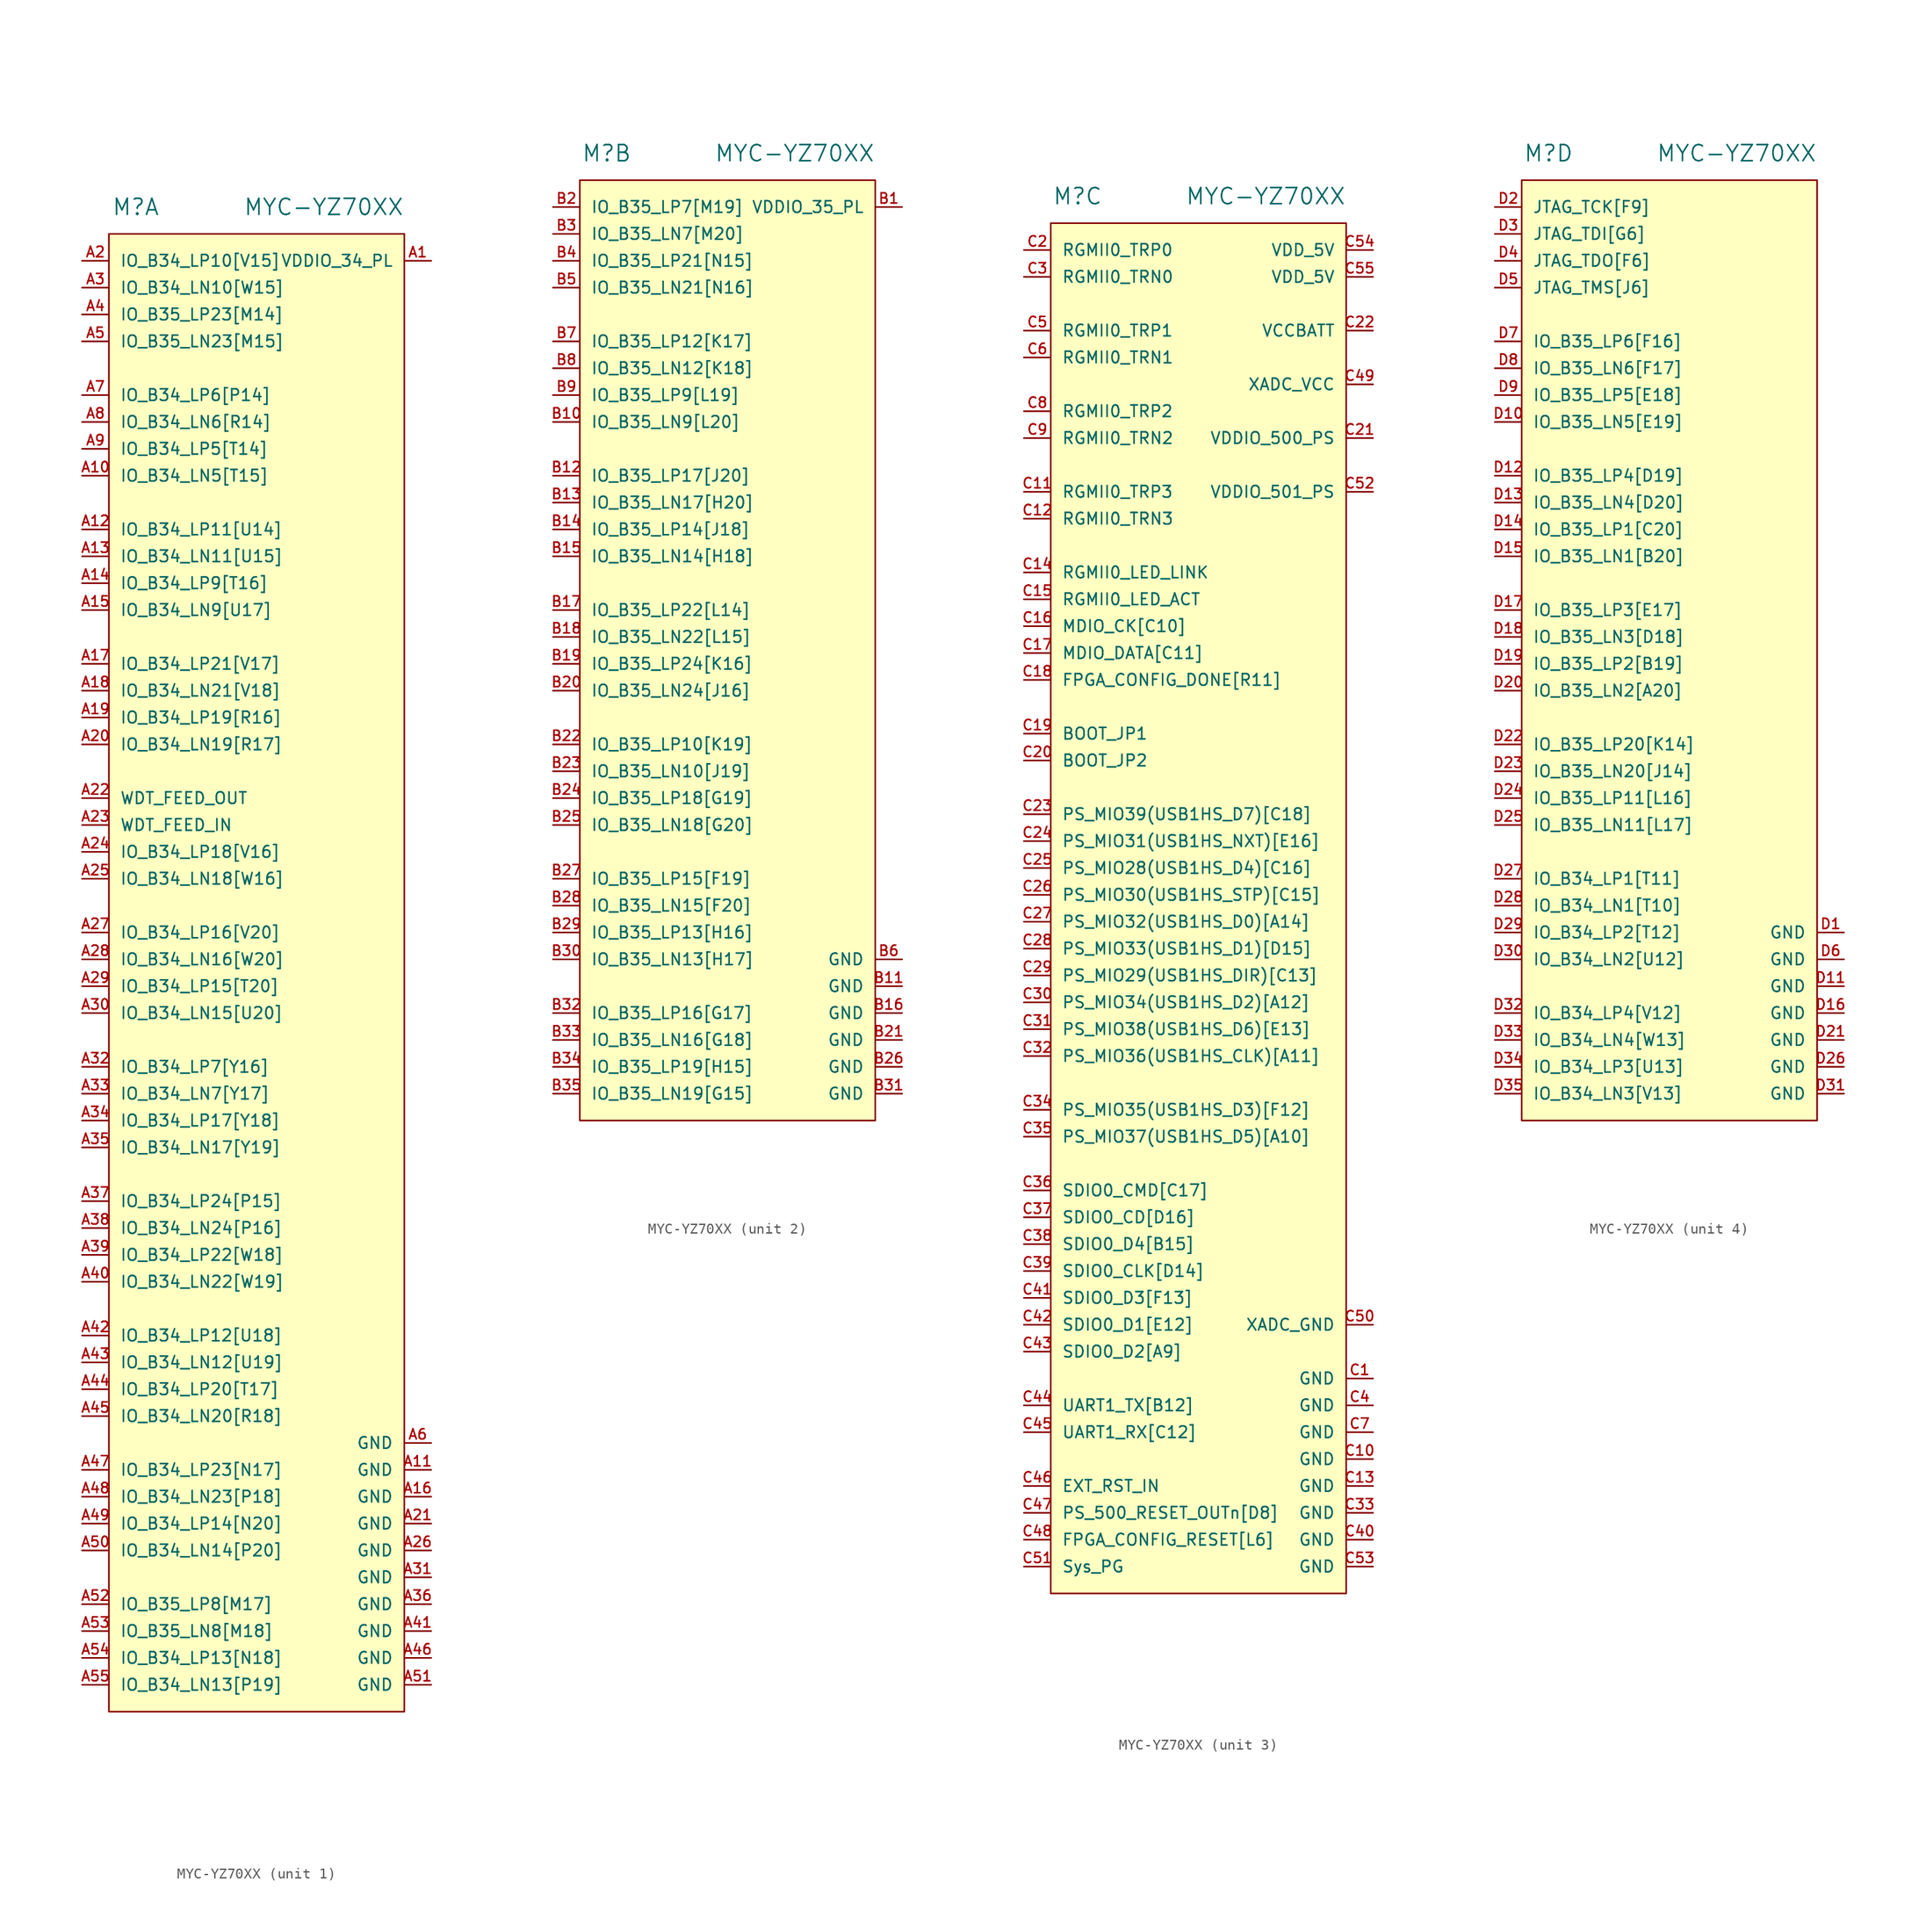
<source format=kicad_sym>
(kicad_symbol_lib
  (version 20231120)
  (generator "kicad_symbol_editor")
  (generator_version "8.0")
  (symbol "MYC-YZ70XX"
    (pin_names
      (offset 1.016))
    (property "Reference" "M"
      (at -5.08 68.58 0)
      (effects (font (size 1.524 1.524))))
    (property "Value" "MYC-YZ70XX"
      (at 12.7 68.58 0)
      (effects (font (size 1.524 1.524))))
    (property "ki_locked" ""
      (at 0 0 0)
      (effects (font (size 1.27 1.27))))
    (symbol "MYC-YZ70XX_1_1"
      (rectangle (start -7.62 -73.66) (end 20.32 66.04) (stroke (width 0) (type solid)) (fill (type background)))
      (pin power_in line (at 22.86 63.5 180) (length 2.54) (name "VDDIO_34_PL" (effects (font (size 1.092 1.092)))) (number "A1" (effects (font (size 0.965 0.965)))))
      (pin bidirectional line (at -10.16 43.18 0) (length 2.54) (name "IO_B34_LN5[T15]" (effects (font (size 1.092 1.092)))) (number "A10" (effects (font (size 0.965 0.965)))))
      (pin power_in line (at 22.86 -50.8 180) (length 2.54) (name "GND" (effects (font (size 1.092 1.092)))) (number "A11" (effects (font (size 0.965 0.965)))))
      (pin bidirectional line (at -10.16 38.1 0) (length 2.54) (name "IO_B34_LP11[U14]" (effects (font (size 1.092 1.092)))) (number "A12" (effects (font (size 0.965 0.965)))))
      (pin bidirectional line (at -10.16 35.56 0) (length 2.54) (name "IO_B34_LN11[U15]" (effects (font (size 1.092 1.092)))) (number "A13" (effects (font (size 0.965 0.965)))))
      (pin bidirectional line (at -10.16 33.02 0) (length 2.54) (name "IO_B34_LP9[T16]" (effects (font (size 1.092 1.092)))) (number "A14" (effects (font (size 0.965 0.965)))))
      (pin bidirectional line (at -10.16 30.48 0) (length 2.54) (name "IO_B34_LN9[U17]" (effects (font (size 1.092 1.092)))) (number "A15" (effects (font (size 0.965 0.965)))))
      (pin power_in line (at 22.86 -53.34 180) (length 2.54) (name "GND" (effects (font (size 1.092 1.092)))) (number "A16" (effects (font (size 0.965 0.965)))))
      (pin bidirectional line (at -10.16 25.4 0) (length 2.54) (name "IO_B34_LP21[V17]" (effects (font (size 1.092 1.092)))) (number "A17" (effects (font (size 0.965 0.965)))))
      (pin bidirectional line (at -10.16 22.86 0) (length 2.54) (name "IO_B34_LN21[V18]" (effects (font (size 1.092 1.092)))) (number "A18" (effects (font (size 0.965 0.965)))))
      (pin bidirectional line (at -10.16 20.32 0) (length 2.54) (name "IO_B34_LP19[R16]" (effects (font (size 1.092 1.092)))) (number "A19" (effects (font (size 0.965 0.965)))))
      (pin bidirectional line (at -10.16 63.5 0) (length 2.54) (name "IO_B34_LP10[V15]" (effects (font (size 1.092 1.092)))) (number "A2" (effects (font (size 0.991 0.991)))))
      (pin bidirectional line (at -10.16 17.78 0) (length 2.54) (name "IO_B34_LN19[R17]" (effects (font (size 1.092 1.092)))) (number "A20" (effects (font (size 0.965 0.965)))))
      (pin power_in line (at 22.86 -55.88 180) (length 2.54) (name "GND" (effects (font (size 1.092 1.092)))) (number "A21" (effects (font (size 0.965 0.965)))))
      (pin bidirectional line (at -10.16 12.7 0) (length 2.54) (name "WDT_FEED_OUT" (effects (font (size 1.092 1.092)))) (number "A22" (effects (font (size 0.965 0.965)))))
      (pin bidirectional line (at -10.16 10.16 0) (length 2.54) (name "WDT_FEED_IN" (effects (font (size 1.092 1.092)))) (number "A23" (effects (font (size 0.965 0.965)))))
      (pin bidirectional line (at -10.16 7.62 0) (length 2.54) (name "IO_B34_LP18[V16]" (effects (font (size 1.092 1.092)))) (number "A24" (effects (font (size 0.965 0.965)))))
      (pin bidirectional line (at -10.16 5.08 0) (length 2.54) (name "IO_B34_LN18[W16]" (effects (font (size 1.092 1.092)))) (number "A25" (effects (font (size 0.965 0.965)))))
      (pin power_in line (at 22.86 -58.42 180) (length 2.54) (name "GND" (effects (font (size 1.092 1.092)))) (number "A26" (effects (font (size 0.965 0.965)))))
      (pin bidirectional line (at -10.16 0 0) (length 2.54) (name "IO_B34_LP16[V20]" (effects (font (size 1.092 1.092)))) (number "A27" (effects (font (size 0.965 0.965)))))
      (pin bidirectional line (at -10.16 -2.54 0) (length 2.54) (name "IO_B34_LN16[W20]" (effects (font (size 1.092 1.092)))) (number "A28" (effects (font (size 0.965 0.965)))))
      (pin bidirectional line (at -10.16 -5.08 0) (length 2.54) (name "IO_B34_LP15[T20]" (effects (font (size 1.092 1.092)))) (number "A29" (effects (font (size 0.965 0.965)))))
      (pin bidirectional line (at -10.16 60.96 0) (length 2.54) (name "IO_B34_LN10[W15]" (effects (font (size 1.092 1.092)))) (number "A3" (effects (font (size 0.965 0.965)))))
      (pin bidirectional line (at -10.16 -7.62 0) (length 2.54) (name "IO_B34_LN15[U20]" (effects (font (size 1.092 1.092)))) (number "A30" (effects (font (size 0.965 0.965)))))
      (pin power_in line (at 22.86 -60.96 180) (length 2.54) (name "GND" (effects (font (size 1.092 1.092)))) (number "A31" (effects (font (size 0.965 0.965)))))
      (pin bidirectional line (at -10.16 -12.7 0) (length 2.54) (name "IO_B34_LP7[Y16]" (effects (font (size 1.092 1.092)))) (number "A32" (effects (font (size 0.965 0.965)))))
      (pin bidirectional line (at -10.16 -15.24 0) (length 2.54) (name "IO_B34_LN7[Y17]" (effects (font (size 1.092 1.092)))) (number "A33" (effects (font (size 0.965 0.965)))))
      (pin bidirectional line (at -10.16 -17.78 0) (length 2.54) (name "IO_B34_LP17[Y18]" (effects (font (size 1.092 1.092)))) (number "A34" (effects (font (size 0.965 0.965)))))
      (pin bidirectional line (at -10.16 -20.32 0) (length 2.54) (name "IO_B34_LN17[Y19]" (effects (font (size 1.092 1.092)))) (number "A35" (effects (font (size 0.965 0.965)))))
      (pin power_in line (at 22.86 -63.5 180) (length 2.54) (name "GND" (effects (font (size 1.092 1.092)))) (number "A36" (effects (font (size 0.965 0.965)))))
      (pin bidirectional line (at -10.16 -25.4 0) (length 2.54) (name "IO_B34_LP24[P15]" (effects (font (size 1.092 1.092)))) (number "A37" (effects (font (size 0.965 0.965)))))
      (pin bidirectional line (at -10.16 -27.94 0) (length 2.54) (name "IO_B34_LN24[P16]" (effects (font (size 1.092 1.092)))) (number "A38" (effects (font (size 0.965 0.965)))))
      (pin bidirectional line (at -10.16 -30.48 0) (length 2.54) (name "IO_B34_LP22[W18]" (effects (font (size 1.092 1.092)))) (number "A39" (effects (font (size 0.965 0.965)))))
      (pin bidirectional line (at -10.16 58.42 0) (length 2.54) (name "IO_B35_LP23[M14]" (effects (font (size 1.092 1.092)))) (number "A4" (effects (font (size 0.965 0.965)))))
      (pin bidirectional line (at -10.16 -33.02 0) (length 2.54) (name "IO_B34_LN22[W19]" (effects (font (size 1.092 1.092)))) (number "A40" (effects (font (size 0.965 0.965)))))
      (pin power_in line (at 22.86 -66.04 180) (length 2.54) (name "GND" (effects (font (size 1.092 1.092)))) (number "A41" (effects (font (size 0.965 0.965)))))
      (pin bidirectional line (at -10.16 -38.1 0) (length 2.54) (name "IO_B34_LP12[U18]" (effects (font (size 1.092 1.092)))) (number "A42" (effects (font (size 0.965 0.965)))))
      (pin bidirectional line (at -10.16 -40.64 0) (length 2.54) (name "IO_B34_LN12[U19]" (effects (font (size 1.092 1.092)))) (number "A43" (effects (font (size 0.965 0.965)))))
      (pin bidirectional line (at -10.16 -43.18 0) (length 2.54) (name "IO_B34_LP20[T17]" (effects (font (size 1.092 1.092)))) (number "A44" (effects (font (size 0.965 0.965)))))
      (pin bidirectional line (at -10.16 -45.72 0) (length 2.54) (name "IO_B34_LN20[R18]" (effects (font (size 1.092 1.092)))) (number "A45" (effects (font (size 0.965 0.965)))))
      (pin power_in line (at 22.86 -68.58 180) (length 2.54) (name "GND" (effects (font (size 1.092 1.092)))) (number "A46" (effects (font (size 0.965 0.965)))))
      (pin bidirectional line (at -10.16 -50.8 0) (length 2.54) (name "IO_B34_LP23[N17]" (effects (font (size 1.092 1.092)))) (number "A47" (effects (font (size 0.965 0.965)))))
      (pin bidirectional line (at -10.16 -53.34 0) (length 2.54) (name "IO_B34_LN23[P18]" (effects (font (size 1.092 1.092)))) (number "A48" (effects (font (size 0.965 0.965)))))
      (pin bidirectional line (at -10.16 -55.88 0) (length 2.54) (name "IO_B34_LP14[N20]" (effects (font (size 1.092 1.092)))) (number "A49" (effects (font (size 0.965 0.965)))))
      (pin bidirectional line (at -10.16 55.88 0) (length 2.54) (name "IO_B35_LN23[M15]" (effects (font (size 1.092 1.092)))) (number "A5" (effects (font (size 0.965 0.965)))))
      (pin bidirectional line (at -10.16 -58.42 0) (length 2.54) (name "IO_B34_LN14[P20]" (effects (font (size 1.092 1.092)))) (number "A50" (effects (font (size 0.965 0.965)))))
      (pin power_in line (at 22.86 -71.12 180) (length 2.54) (name "GND" (effects (font (size 1.092 1.092)))) (number "A51" (effects (font (size 0.965 0.965)))))
      (pin bidirectional line (at -10.16 -63.5 0) (length 2.54) (name "IO_B35_LP8[M17]" (effects (font (size 1.092 1.092)))) (number "A52" (effects (font (size 0.965 0.965)))))
      (pin bidirectional line (at -10.16 -66.04 0) (length 2.54) (name "IO_B35_LN8[M18]" (effects (font (size 1.092 1.092)))) (number "A53" (effects (font (size 0.965 0.965)))))
      (pin bidirectional line (at -10.16 -68.58 0) (length 2.54) (name "IO_B34_LP13[N18]" (effects (font (size 1.092 1.092)))) (number "A54" (effects (font (size 0.965 0.965)))))
      (pin bidirectional line (at -10.16 -71.12 0) (length 2.54) (name "IO_B34_LN13[P19]" (effects (font (size 1.092 1.092)))) (number "A55" (effects (font (size 0.965 0.965)))))
      (pin power_in line (at 22.86 -48.26 180) (length 2.54) (name "GND" (effects (font (size 1.092 1.092)))) (number "A6" (effects (font (size 0.965 0.965)))))
      (pin bidirectional line (at -10.16 50.8 0) (length 2.54) (name "IO_B34_LP6[P14]" (effects (font (size 1.092 1.092)))) (number "A7" (effects (font (size 0.965 0.965)))))
      (pin bidirectional line (at -10.16 48.26 0) (length 2.54) (name "IO_B34_LN6[R14]" (effects (font (size 1.092 1.092)))) (number "A8" (effects (font (size 0.965 0.965)))))
      (pin bidirectional line (at -10.16 45.72 0) (length 2.54) (name "IO_B34_LP5[T14]" (effects (font (size 1.092 1.092)))) (number "A9" (effects (font (size 0.965 0.965))))))
    (symbol "MYC-YZ70XX_2_1"
      (rectangle (start -7.62 66.04) (end 20.32 -22.86) (stroke (width 0) (type solid)) (fill (type background)))
      (pin power_in line (at 22.86 63.5 180) (length 2.54) (name "VDDIO_35_PL" (effects (font (size 1.092 1.092)))) (number "B1" (effects (font (size 0.965 0.965)))))
      (pin bidirectional line (at -10.16 43.18 0) (length 2.54) (name "IO_B35_LN9[L20]" (effects (font (size 1.092 1.092)))) (number "B10" (effects (font (size 0.965 0.965)))))
      (pin power_in line (at 22.86 -10.16 180) (length 2.54) (name "GND" (effects (font (size 1.092 1.092)))) (number "B11" (effects (font (size 0.965 0.965)))))
      (pin bidirectional line (at -10.16 38.1 0) (length 2.54) (name "IO_B35_LP17[J20]" (effects (font (size 1.092 1.092)))) (number "B12" (effects (font (size 0.965 0.965)))))
      (pin bidirectional line (at -10.16 35.56 0) (length 2.54) (name "IO_B35_LN17[H20]" (effects (font (size 1.092 1.092)))) (number "B13" (effects (font (size 0.965 0.965)))))
      (pin bidirectional line (at -10.16 33.02 0) (length 2.54) (name "IO_B35_LP14[J18]" (effects (font (size 1.092 1.092)))) (number "B14" (effects (font (size 0.965 0.965)))))
      (pin bidirectional line (at -10.16 30.48 0) (length 2.54) (name "IO_B35_LN14[H18]" (effects (font (size 1.092 1.092)))) (number "B15" (effects (font (size 0.965 0.965)))))
      (pin power_in line (at 22.86 -12.7 180) (length 2.54) (name "GND" (effects (font (size 1.092 1.092)))) (number "B16" (effects (font (size 0.965 0.965)))))
      (pin bidirectional line (at -10.16 25.4 0) (length 2.54) (name "IO_B35_LP22[L14]" (effects (font (size 1.092 1.092)))) (number "B17" (effects (font (size 0.965 0.965)))))
      (pin bidirectional line (at -10.16 22.86 0) (length 2.54) (name "IO_B35_LN22[L15]" (effects (font (size 1.092 1.092)))) (number "B18" (effects (font (size 0.965 0.965)))))
      (pin bidirectional line (at -10.16 20.32 0) (length 2.54) (name "IO_B35_LP24[K16]" (effects (font (size 1.092 1.092)))) (number "B19" (effects (font (size 0.965 0.965)))))
      (pin bidirectional line (at -10.16 63.5 0) (length 2.54) (name "IO_B35_LP7[M19]" (effects (font (size 1.092 1.092)))) (number "B2" (effects (font (size 0.965 0.965)))))
      (pin bidirectional line (at -10.16 17.78 0) (length 2.54) (name "IO_B35_LN24[J16]" (effects (font (size 1.092 1.092)))) (number "B20" (effects (font (size 0.965 0.965)))))
      (pin power_in line (at 22.86 -15.24 180) (length 2.54) (name "GND" (effects (font (size 1.092 1.092)))) (number "B21" (effects (font (size 0.965 0.965)))))
      (pin bidirectional line (at -10.16 12.7 0) (length 2.54) (name "IO_B35_LP10[K19]" (effects (font (size 1.092 1.092)))) (number "B22" (effects (font (size 0.965 0.965)))))
      (pin bidirectional line (at -10.16 10.16 0) (length 2.54) (name "IO_B35_LN10[J19]" (effects (font (size 1.092 1.092)))) (number "B23" (effects (font (size 0.965 0.965)))))
      (pin bidirectional line (at -10.16 7.62 0) (length 2.54) (name "IO_B35_LP18[G19]" (effects (font (size 1.092 1.092)))) (number "B24" (effects (font (size 0.965 0.965)))))
      (pin bidirectional line (at -10.16 5.08 0) (length 2.54) (name "IO_B35_LN18[G20]" (effects (font (size 1.092 1.092)))) (number "B25" (effects (font (size 0.965 0.965)))))
      (pin power_in line (at 22.86 -17.78 180) (length 2.54) (name "GND" (effects (font (size 1.092 1.092)))) (number "B26" (effects (font (size 0.965 0.965)))))
      (pin bidirectional line (at -10.16 0 0) (length 2.54) (name "IO_B35_LP15[F19]" (effects (font (size 1.092 1.092)))) (number "B27" (effects (font (size 0.965 0.965)))))
      (pin bidirectional line (at -10.16 -2.54 0) (length 2.54) (name "IO_B35_LN15[F20]" (effects (font (size 1.092 1.092)))) (number "B28" (effects (font (size 0.965 0.965)))))
      (pin bidirectional line (at -10.16 -5.08 0) (length 2.54) (name "IO_B35_LP13[H16]" (effects (font (size 1.092 1.092)))) (number "B29" (effects (font (size 0.965 0.965)))))
      (pin bidirectional line (at -10.16 60.96 0) (length 2.54) (name "IO_B35_LN7[M20]" (effects (font (size 1.092 1.092)))) (number "B3" (effects (font (size 0.965 0.965)))))
      (pin bidirectional line (at -10.16 -7.62 0) (length 2.54) (name "IO_B35_LN13[H17]" (effects (font (size 1.092 1.092)))) (number "B30" (effects (font (size 0.965 0.965)))))
      (pin power_in line (at 22.86 -20.32 180) (length 2.54) (name "GND" (effects (font (size 1.092 1.092)))) (number "B31" (effects (font (size 0.965 0.965)))))
      (pin bidirectional line (at -10.16 -12.7 0) (length 2.54) (name "IO_B35_LP16[G17]" (effects (font (size 1.092 1.092)))) (number "B32" (effects (font (size 0.965 0.965)))))
      (pin bidirectional line (at -10.16 -15.24 0) (length 2.54) (name "IO_B35_LN16[G18]" (effects (font (size 1.092 1.092)))) (number "B33" (effects (font (size 0.965 0.965)))))
      (pin bidirectional line (at -10.16 -17.78 0) (length 2.54) (name "IO_B35_LP19[H15]" (effects (font (size 1.092 1.092)))) (number "B34" (effects (font (size 0.965 0.965)))))
      (pin bidirectional line (at -10.16 -20.32 0) (length 2.54) (name "IO_B35_LN19[G15]" (effects (font (size 1.092 1.092)))) (number "B35" (effects (font (size 0.965 0.965)))))
      (pin bidirectional line (at -10.16 58.42 0) (length 2.54) (name "IO_B35_LP21[N15]" (effects (font (size 1.092 1.092)))) (number "B4" (effects (font (size 0.965 0.965)))))
      (pin bidirectional line (at -10.16 55.88 0) (length 2.54) (name "IO_B35_LN21[N16]" (effects (font (size 1.092 1.092)))) (number "B5" (effects (font (size 0.965 0.965)))))
      (pin power_in line (at 22.86 -7.62 180) (length 2.54) (name "GND" (effects (font (size 1.092 1.092)))) (number "B6" (effects (font (size 0.965 0.965)))))
      (pin bidirectional line (at -10.16 50.8 0) (length 2.54) (name "IO_B35_LP12[K17]" (effects (font (size 1.092 1.092)))) (number "B7" (effects (font (size 0.965 0.965)))))
      (pin bidirectional line (at -10.16 48.26 0) (length 2.54) (name "IO_B35_LN12[K18]" (effects (font (size 1.092 1.092)))) (number "B8" (effects (font (size 0.965 0.965)))))
      (pin bidirectional line (at -10.16 45.72 0) (length 2.54) (name "IO_B35_LP9[L19]" (effects (font (size 1.092 1.092)))) (number "B9" (effects (font (size 0.965 0.965))))))
    (symbol "MYC-YZ70XX_3_0"
      (pin power_in line (at 22.86 55.88 180) (length 2.54) (name "VCCBATT" (effects (font (size 1.092 1.092)))) (number "C22" (effects (font (size 0.965 0.965))))))
    (symbol "MYC-YZ70XX_3_1"
      (rectangle (start -7.62 66.04) (end 20.32 -63.5) (stroke (width 0) (type solid)) (fill (type background)))
      (pin power_in line (at 22.86 -43.18 180) (length 2.54) (name "GND" (effects (font (size 1.092 1.092)))) (number "C1" (effects (font (size 0.965 0.965)))))
      (pin power_in line (at 22.86 -50.8 180) (length 2.54) (name "GND" (effects (font (size 1.092 1.092)))) (number "C10" (effects (font (size 0.965 0.965)))))
      (pin bidirectional line (at -10.16 40.64 0) (length 2.54) (name "RGMII0_TRP3" (effects (font (size 1.092 1.092)))) (number "C11" (effects (font (size 0.965 0.965)))))
      (pin bidirectional line (at -10.16 38.1 0) (length 2.54) (name "RGMII0_TRN3" (effects (font (size 1.092 1.092)))) (number "C12" (effects (font (size 0.965 0.965)))))
      (pin power_in line (at 22.86 -53.34 180) (length 2.54) (name "GND" (effects (font (size 1.092 1.092)))) (number "C13" (effects (font (size 0.965 0.965)))))
      (pin bidirectional line (at -10.16 33.02 0) (length 2.54) (name "RGMII0_LED_LINK" (effects (font (size 1.092 1.092)))) (number "C14" (effects (font (size 0.965 0.965)))))
      (pin bidirectional line (at -10.16 30.48 0) (length 2.54) (name "RGMII0_LED_ACT" (effects (font (size 1.092 1.092)))) (number "C15" (effects (font (size 0.965 0.965)))))
      (pin bidirectional line (at -10.16 27.94 0) (length 2.54) (name "MDIO_CK[C10]" (effects (font (size 1.092 1.092)))) (number "C16" (effects (font (size 0.965 0.965)))))
      (pin bidirectional line (at -10.16 25.4 0) (length 2.54) (name "MDIO_DATA[C11]" (effects (font (size 1.092 1.092)))) (number "C17" (effects (font (size 0.965 0.965)))))
      (pin bidirectional line (at -10.16 22.86 0) (length 2.54) (name "FPGA_CONFIG_DONE[R11]" (effects (font (size 1.092 1.092)))) (number "C18" (effects (font (size 0.965 0.965)))))
      (pin bidirectional line (at -10.16 17.78 0) (length 2.54) (name "BOOT_JP1" (effects (font (size 1.092 1.092)))) (number "C19" (effects (font (size 0.965 0.965)))))
      (pin bidirectional line (at -10.16 63.5 0) (length 2.54) (name "RGMII0_TRP0" (effects (font (size 1.092 1.092)))) (number "C2" (effects (font (size 0.965 0.965)))))
      (pin bidirectional line (at -10.16 15.24 0) (length 2.54) (name "BOOT_JP2" (effects (font (size 1.092 1.092)))) (number "C20" (effects (font (size 0.965 0.965)))))
      (pin power_out line (at 22.86 45.72 180) (length 2.54) (name "VDDIO_500_PS" (effects (font (size 1.092 1.092)))) (number "C21" (effects (font (size 0.965 0.965)))))
      (pin bidirectional line (at -10.16 10.16 0) (length 2.54) (name "PS_MIO39(USB1HS_D7)[C18]" (effects (font (size 1.092 1.092)))) (number "C23" (effects (font (size 0.965 0.965)))))
      (pin bidirectional line (at -10.16 7.62 0) (length 2.54) (name "PS_MIO31(USB1HS_NXT)[E16]" (effects (font (size 1.092 1.092)))) (number "C24" (effects (font (size 0.965 0.965)))))
      (pin bidirectional line (at -10.16 5.08 0) (length 2.54) (name "PS_MIO28(USB1HS_D4)[C16]" (effects (font (size 1.092 1.092)))) (number "C25" (effects (font (size 0.965 0.965)))))
      (pin bidirectional line (at -10.16 2.54 0) (length 2.54) (name "PS_MIO30(USB1HS_STP)[C15]" (effects (font (size 1.092 1.092)))) (number "C26" (effects (font (size 0.965 0.965)))))
      (pin bidirectional line (at -10.16 0 0) (length 2.54) (name "PS_MIO32(USB1HS_D0)[A14]" (effects (font (size 1.092 1.092)))) (number "C27" (effects (font (size 0.965 0.965)))))
      (pin bidirectional line (at -10.16 -2.54 0) (length 2.54) (name "PS_MIO33(USB1HS_D1)[D15]" (effects (font (size 1.092 1.092)))) (number "C28" (effects (font (size 0.965 0.965)))))
      (pin bidirectional line (at -10.16 -5.08 0) (length 2.54) (name "PS_MIO29(USB1HS_DIR)[C13]" (effects (font (size 1.092 1.092)))) (number "C29" (effects (font (size 0.965 0.965)))))
      (pin bidirectional line (at -10.16 60.96 0) (length 2.54) (name "RGMII0_TRN0" (effects (font (size 1.092 1.092)))) (number "C3" (effects (font (size 0.965 0.965)))))
      (pin bidirectional line (at -10.16 -7.62 0) (length 2.54) (name "PS_MIO34(USB1HS_D2)[A12]" (effects (font (size 1.092 1.092)))) (number "C30" (effects (font (size 0.965 0.965)))))
      (pin bidirectional line (at -10.16 -10.16 0) (length 2.54) (name "PS_MIO38(USB1HS_D6)[E13]" (effects (font (size 1.092 1.092)))) (number "C31" (effects (font (size 0.965 0.965)))))
      (pin bidirectional line (at -10.16 -12.7 0) (length 2.54) (name "PS_MIO36(USB1HS_CLK)[A11]" (effects (font (size 1.092 1.092)))) (number "C32" (effects (font (size 0.965 0.965)))))
      (pin power_in line (at 22.86 -55.88 180) (length 2.54) (name "GND" (effects (font (size 1.092 1.092)))) (number "C33" (effects (font (size 0.965 0.965)))))
      (pin bidirectional line (at -10.16 -17.78 0) (length 2.54) (name "PS_MIO35(USB1HS_D3)[F12]" (effects (font (size 1.092 1.092)))) (number "C34" (effects (font (size 0.965 0.965)))))
      (pin bidirectional line (at -10.16 -20.32 0) (length 2.54) (name "PS_MIO37(USB1HS_D5)[A10]" (effects (font (size 1.092 1.092)))) (number "C35" (effects (font (size 0.965 0.965)))))
      (pin bidirectional line (at -10.16 -25.4 0) (length 2.54) (name "SDIO0_CMD[C17]" (effects (font (size 1.092 1.092)))) (number "C36" (effects (font (size 0.965 0.965)))))
      (pin bidirectional line (at -10.16 -27.94 0) (length 2.54) (name "SDIO0_CD[D16]" (effects (font (size 1.092 1.092)))) (number "C37" (effects (font (size 0.965 0.965)))))
      (pin bidirectional line (at -10.16 -30.48 0) (length 2.54) (name "SDIO0_D4[B15]" (effects (font (size 1.092 1.092)))) (number "C38" (effects (font (size 0.965 0.965)))))
      (pin bidirectional line (at -10.16 -33.02 0) (length 2.54) (name "SDIO0_CLK[D14]" (effects (font (size 1.092 1.092)))) (number "C39" (effects (font (size 0.965 0.965)))))
      (pin power_in line (at 22.86 -45.72 180) (length 2.54) (name "GND" (effects (font (size 1.092 1.092)))) (number "C4" (effects (font (size 0.965 0.965)))))
      (pin power_in line (at 22.86 -58.42 180) (length 2.54) (name "GND" (effects (font (size 1.092 1.092)))) (number "C40" (effects (font (size 0.965 0.965)))))
      (pin bidirectional line (at -10.16 -35.56 0) (length 2.54) (name "SDIO0_D3[F13]" (effects (font (size 1.092 1.092)))) (number "C41" (effects (font (size 0.965 0.965)))))
      (pin bidirectional line (at -10.16 -38.1 0) (length 2.54) (name "SDIO0_D1[E12]" (effects (font (size 1.092 1.092)))) (number "C42" (effects (font (size 0.965 0.965)))))
      (pin bidirectional line (at -10.16 -40.64 0) (length 2.54) (name "SDIO0_D2[A9]" (effects (font (size 1.092 1.092)))) (number "C43" (effects (font (size 0.965 0.965)))))
      (pin bidirectional line (at -10.16 -45.72 0) (length 2.54) (name "UART1_TX[B12]" (effects (font (size 1.092 1.092)))) (number "C44" (effects (font (size 0.965 0.965)))))
      (pin bidirectional line (at -10.16 -48.26 0) (length 2.54) (name "UART1_RX[C12]" (effects (font (size 1.092 1.092)))) (number "C45" (effects (font (size 0.965 0.965)))))
      (pin input line (at -10.16 -53.34 0) (length 2.54) (name "EXT_RST_IN" (effects (font (size 1.092 1.092)))) (number "C46" (effects (font (size 0.965 0.965)))))
      (pin input line (at -10.16 -55.88 0) (length 2.54) (name "PS_500_RESET_OUTn[D8]" (effects (font (size 1.092 1.092)))) (number "C47" (effects (font (size 0.965 0.965)))))
      (pin input line (at -10.16 -58.42 0) (length 2.54) (name "FPGA_CONFIG_RESET[L6]" (effects (font (size 1.092 1.092)))) (number "C48" (effects (font (size 0.965 0.965)))))
      (pin power_in line (at 22.86 50.8 180) (length 2.54) (name "XADC_VCC" (effects (font (size 1.092 1.092)))) (number "C49" (effects (font (size 0.965 0.965)))))
      (pin bidirectional line (at -10.16 55.88 0) (length 2.54) (name "RGMII0_TRP1" (effects (font (size 1.092 1.092)))) (number "C5" (effects (font (size 0.965 0.965)))))
      (pin power_in line (at 22.86 -38.1 180) (length 2.54) (name "XADC_GND" (effects (font (size 1.092 1.092)))) (number "C50" (effects (font (size 0.965 0.965)))))
      (pin output line (at -10.16 -60.96 0) (length 2.54) (name "Sys_PG" (effects (font (size 1.092 1.092)))) (number "C51" (effects (font (size 0.965 0.965)))))
      (pin power_out line (at 22.86 40.64 180) (length 2.54) (name "VDDIO_501_PS" (effects (font (size 1.092 1.092)))) (number "C52" (effects (font (size 0.965 0.965)))))
      (pin power_in line (at 22.86 -60.96 180) (length 2.54) (name "GND" (effects (font (size 1.092 1.092)))) (number "C53" (effects (font (size 0.965 0.965)))))
      (pin power_in line (at 22.86 63.5 180) (length 2.54) (name "VDD_5V" (effects (font (size 1.092 1.092)))) (number "C54" (effects (font (size 0.965 0.965)))))
      (pin power_in line (at 22.86 60.96 180) (length 2.54) (name "VDD_5V" (effects (font (size 1.092 1.092)))) (number "C55" (effects (font (size 0.965 0.965)))))
      (pin bidirectional line (at -10.16 53.34 0) (length 2.54) (name "RGMII0_TRN1" (effects (font (size 1.092 1.092)))) (number "C6" (effects (font (size 0.965 0.965)))))
      (pin power_in line (at 22.86 -48.26 180) (length 2.54) (name "GND" (effects (font (size 1.092 1.092)))) (number "C7" (effects (font (size 0.965 0.965)))))
      (pin bidirectional line (at -10.16 48.26 0) (length 2.54) (name "RGMII0_TRP2" (effects (font (size 1.092 1.092)))) (number "C8" (effects (font (size 0.965 0.965)))))
      (pin bidirectional line (at -10.16 45.72 0) (length 2.54) (name "RGMII0_TRN2" (effects (font (size 1.092 1.092)))) (number "C9" (effects (font (size 0.965 0.965))))))
    (symbol "MYC-YZ70XX_4_0"
      (pin power_in line (at 22.86 -5.08 180) (length 2.54) (name "GND" (effects (font (size 1.092 1.092)))) (number "D1" (effects (font (size 0.965 0.965)))))
      (pin bidirectional line (at -10.16 43.18 0) (length 2.54) (name "IO_B35_LN5[E19]" (effects (font (size 1.092 1.092)))) (number "D10" (effects (font (size 0.965 0.965)))))
      (pin power_in line (at 22.86 -10.16 180) (length 2.54) (name "GND" (effects (font (size 1.092 1.092)))) (number "D11" (effects (font (size 0.965 0.965)))))
      (pin bidirectional line (at -10.16 38.1 0) (length 2.54) (name "IO_B35_LP4[D19]" (effects (font (size 1.092 1.092)))) (number "D12" (effects (font (size 0.965 0.965)))))
      (pin bidirectional line (at -10.16 35.56 0) (length 2.54) (name "IO_B35_LN4[D20]" (effects (font (size 1.092 1.092)))) (number "D13" (effects (font (size 0.965 0.965)))))
      (pin bidirectional line (at -10.16 33.02 0) (length 2.54) (name "IO_B35_LP1[C20]" (effects (font (size 1.092 1.092)))) (number "D14" (effects (font (size 0.965 0.965)))))
      (pin bidirectional line (at -10.16 30.48 0) (length 2.54) (name "IO_B35_LN1[B20]" (effects (font (size 1.092 1.092)))) (number "D15" (effects (font (size 0.965 0.965)))))
      (pin power_in line (at 22.86 -12.7 180) (length 2.54) (name "GND" (effects (font (size 1.092 1.092)))) (number "D16" (effects (font (size 0.965 0.965)))))
      (pin bidirectional line (at -10.16 25.4 0) (length 2.54) (name "IO_B35_LP3[E17]" (effects (font (size 1.092 1.092)))) (number "D17" (effects (font (size 0.965 0.965)))))
      (pin bidirectional line (at -10.16 22.86 0) (length 2.54) (name "IO_B35_LN3[D18]" (effects (font (size 1.092 1.092)))) (number "D18" (effects (font (size 0.965 0.965)))))
      (pin bidirectional line (at -10.16 20.32 0) (length 2.54) (name "IO_B35_LP2[B19]" (effects (font (size 1.092 1.092)))) (number "D19" (effects (font (size 0.965 0.965)))))
      (pin input line (at -10.16 63.5 0) (length 2.54) (name "JTAG_TCK[F9]" (effects (font (size 1.092 1.092)))) (number "D2" (effects (font (size 0.965 0.965)))))
      (pin bidirectional line (at -10.16 17.78 0) (length 2.54) (name "IO_B35_LN2[A20]" (effects (font (size 1.092 1.092)))) (number "D20" (effects (font (size 0.965 0.965)))))
      (pin power_in line (at 22.86 -15.24 180) (length 2.54) (name "GND" (effects (font (size 1.092 1.092)))) (number "D21" (effects (font (size 0.965 0.965)))))
      (pin bidirectional line (at -10.16 12.7 0) (length 2.54) (name "IO_B35_LP20[K14]" (effects (font (size 1.092 1.092)))) (number "D22" (effects (font (size 0.965 0.965)))))
      (pin bidirectional line (at -10.16 10.16 0) (length 2.54) (name "IO_B35_LN20[J14]" (effects (font (size 1.092 1.092)))) (number "D23" (effects (font (size 0.965 0.965)))))
      (pin bidirectional line (at -10.16 7.62 0) (length 2.54) (name "IO_B35_LP11[L16]" (effects (font (size 1.092 1.092)))) (number "D24" (effects (font (size 0.965 0.965)))))
      (pin bidirectional line (at -10.16 5.08 0) (length 2.54) (name "IO_B35_LN11[L17]" (effects (font (size 1.092 1.092)))) (number "D25" (effects (font (size 0.965 0.965)))))
      (pin power_in line (at 22.86 -17.78 180) (length 2.54) (name "GND" (effects (font (size 1.092 1.092)))) (number "D26" (effects (font (size 0.965 0.965)))))
      (pin bidirectional line (at -10.16 0 0) (length 2.54) (name "IO_B34_LP1[T11]" (effects (font (size 1.092 1.092)))) (number "D27" (effects (font (size 0.965 0.965)))))
      (pin bidirectional line (at -10.16 -2.54 0) (length 2.54) (name "IO_B34_LN1[T10]" (effects (font (size 1.092 1.092)))) (number "D28" (effects (font (size 0.965 0.965)))))
      (pin bidirectional line (at -10.16 -5.08 0) (length 2.54) (name "IO_B34_LP2[T12]" (effects (font (size 1.092 1.092)))) (number "D29" (effects (font (size 0.965 0.965)))))
      (pin input line (at -10.16 60.96 0) (length 2.54) (name "JTAG_TDI[G6]" (effects (font (size 1.092 1.092)))) (number "D3" (effects (font (size 0.965 0.965)))))
      (pin bidirectional line (at -10.16 -7.62 0) (length 2.54) (name "IO_B34_LN2[U12]" (effects (font (size 1.092 1.092)))) (number "D30" (effects (font (size 0.965 0.965)))))
      (pin power_in line (at 22.86 -20.32 180) (length 2.54) (name "GND" (effects (font (size 1.092 1.092)))) (number "D31" (effects (font (size 0.965 0.965)))))
      (pin bidirectional line (at -10.16 -12.7 0) (length 2.54) (name "IO_B34_LP4[V12]" (effects (font (size 1.092 1.092)))) (number "D32" (effects (font (size 0.965 0.965)))))
      (pin bidirectional line (at -10.16 -15.24 0) (length 2.54) (name "IO_B34_LN4[W13]" (effects (font (size 1.092 1.092)))) (number "D33" (effects (font (size 0.965 0.965)))))
      (pin bidirectional line (at -10.16 -17.78 0) (length 2.54) (name "IO_B34_LP3[U13]" (effects (font (size 1.092 1.092)))) (number "D34" (effects (font (size 0.965 0.965)))))
      (pin bidirectional line (at -10.16 -20.32 0) (length 2.54) (name "IO_B34_LN3[V13]" (effects (font (size 1.092 1.092)))) (number "D35" (effects (font (size 0.965 0.965)))))
      (pin output line (at -10.16 58.42 0) (length 2.54) (name "JTAG_TDO[F6]" (effects (font (size 1.092 1.092)))) (number "D4" (effects (font (size 0.965 0.965)))))
      (pin input line (at -10.16 55.88 0) (length 2.54) (name "JTAG_TMS[J6]" (effects (font (size 1.092 1.092)))) (number "D5" (effects (font (size 0.965 0.965)))))
      (pin power_in line (at 22.86 -7.62 180) (length 2.54) (name "GND" (effects (font (size 1.092 1.092)))) (number "D6" (effects (font (size 0.965 0.965)))))
      (pin bidirectional line (at -10.16 50.8 0) (length 2.54) (name "IO_B35_LP6[F16]" (effects (font (size 1.092 1.092)))) (number "D7" (effects (font (size 0.965 0.965)))))
      (pin bidirectional line (at -10.16 48.26 0) (length 2.54) (name "IO_B35_LN6[F17]" (effects (font (size 1.092 1.092)))) (number "D8" (effects (font (size 0.965 0.965)))))
      (pin bidirectional line (at -10.16 45.72 0) (length 2.54) (name "IO_B35_LP5[E18]" (effects (font (size 1.092 1.092)))) (number "D9" (effects (font (size 0.965 0.965))))))
    (symbol "MYC-YZ70XX_4_1"
      (rectangle (start -7.62 66.04) (end 20.32 -22.86) (stroke (width 0) (type solid)) (fill (type background))))))
</source>
